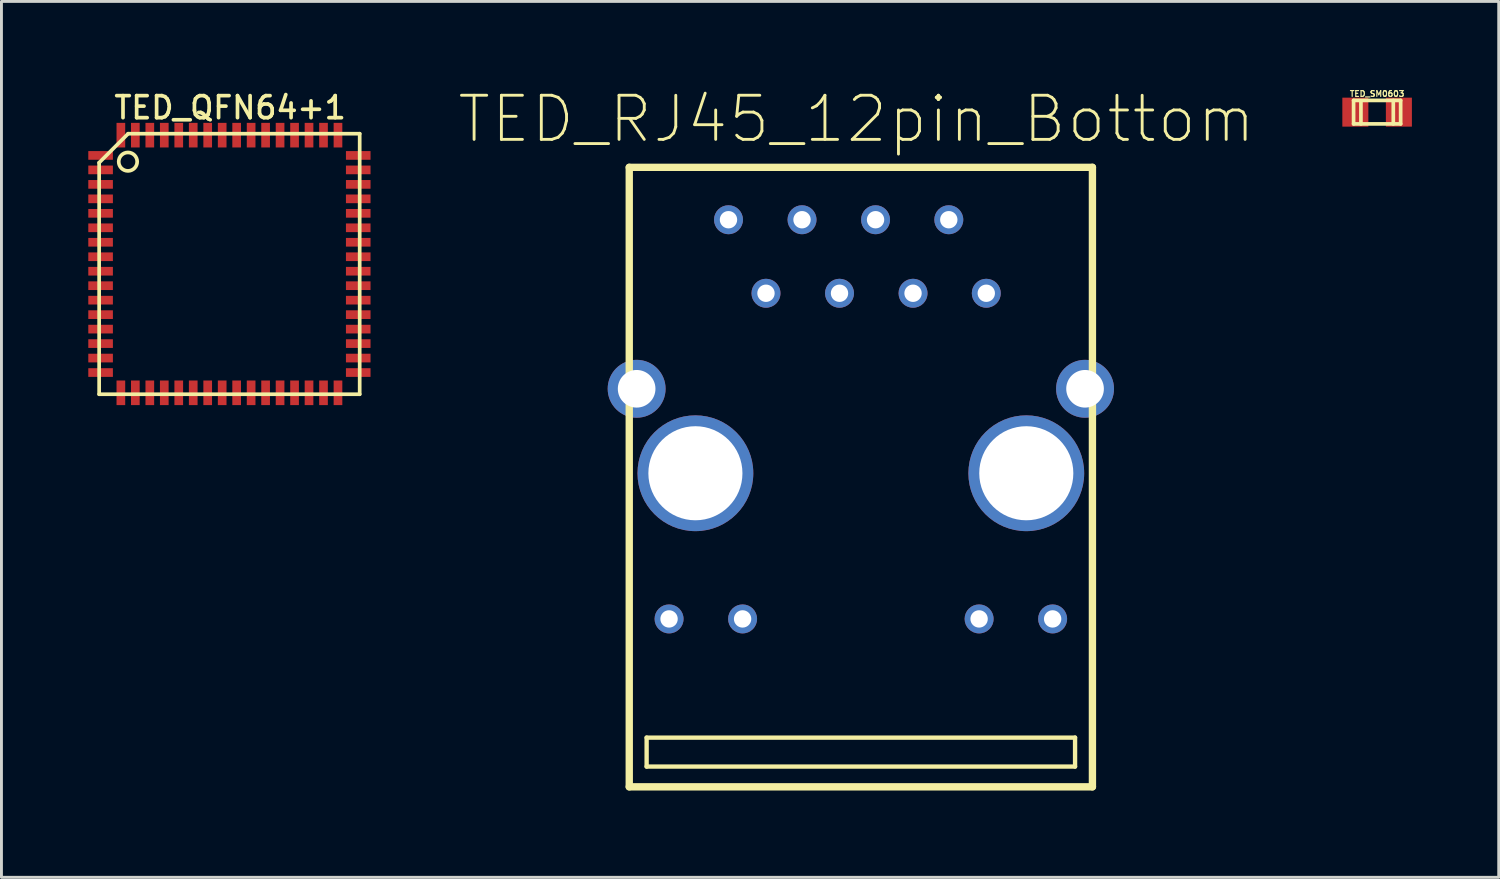
<source format=kicad_pcb>
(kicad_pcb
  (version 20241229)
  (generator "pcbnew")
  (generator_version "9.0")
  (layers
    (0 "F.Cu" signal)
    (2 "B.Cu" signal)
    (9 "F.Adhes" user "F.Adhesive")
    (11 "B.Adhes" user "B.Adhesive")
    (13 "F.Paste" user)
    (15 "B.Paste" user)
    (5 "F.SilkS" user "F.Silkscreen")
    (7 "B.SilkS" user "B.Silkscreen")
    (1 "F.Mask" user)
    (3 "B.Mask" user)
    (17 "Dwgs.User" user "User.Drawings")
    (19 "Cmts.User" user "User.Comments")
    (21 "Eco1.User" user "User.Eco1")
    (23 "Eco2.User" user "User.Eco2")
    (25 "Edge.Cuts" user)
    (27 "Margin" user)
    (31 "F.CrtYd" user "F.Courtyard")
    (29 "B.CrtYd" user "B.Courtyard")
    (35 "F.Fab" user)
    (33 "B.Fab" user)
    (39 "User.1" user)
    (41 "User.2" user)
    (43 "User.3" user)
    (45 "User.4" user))
  (footprint "TED_QFN64+1"
    (layer "F.Cu")
    (at 4.875 6.069)
    (property "Reference" "TED_QFN64+1" (at 0.025 -5.4 0) (layer "F.SilkS") (effects (font (size 0.762 0.762) (thickness 0.127))))
    (attr smd)
    (fp_line (start -4.5 -3.5) (end -3.5 -4.5) (stroke (width 0.127) (type solid)) (layer "F.SilkS"))
    (fp_line (start -4.5 4.5) (end -4.5 -3.5) (stroke (width 0.127) (type solid)) (layer "F.SilkS"))
    (fp_line (start -3.5 -4.5) (end 4.5 -4.5) (stroke (width 0.127) (type solid)) (layer "F.SilkS"))
    (fp_line (start 4.5 -4.5) (end 4.5 4.5) (stroke (width 0.127) (type solid)) (layer "F.SilkS"))
    (fp_line (start 4.5 4.5) (end -4.5 4.5) (stroke (width 0.127) (type solid)) (layer "F.SilkS"))
    (fp_circle (center -3.505 -3.534) (end -3.607 -3.836) (stroke (width 0.127) (type solid)) (fill no) (layer "F.SilkS"))
    (pad "1" smd rect (at -4.45 -3.75) (size 0.85 0.3) (layers "F.Cu" "F.Mask" "F.Paste"))
    (pad "2" smd rect (at -4.45 -3.25) (size 0.85 0.3) (layers "F.Cu" "F.Mask" "F.Paste"))
    (pad "3" smd rect (at -4.45 -2.75) (size 0.85 0.3) (layers "F.Cu" "F.Mask" "F.Paste"))
    (pad "4" smd rect (at -4.45 -2.25) (size 0.85 0.3) (layers "F.Cu" "F.Mask" "F.Paste"))
    (pad "5" smd rect (at -4.45 -1.75) (size 0.85 0.3) (layers "F.Cu" "F.Mask" "F.Paste"))
    (pad "6" smd rect (at -4.45 -1.25) (size 0.85 0.3) (layers "F.Cu" "F.Mask" "F.Paste"))
    (pad "7" smd rect (at -4.45 -0.75) (size 0.85 0.3) (layers "F.Cu" "F.Mask" "F.Paste"))
    (pad "8" smd rect (at -4.45 -0.25) (size 0.85 0.3) (layers "F.Cu" "F.Mask" "F.Paste"))
    (pad "9" smd rect (at -4.45 0.25) (size 0.85 0.3) (layers "F.Cu" "F.Mask" "F.Paste"))
    (pad "10" smd rect (at -4.45 0.75) (size 0.85 0.3) (layers "F.Cu" "F.Mask" "F.Paste"))
    (pad "11" smd rect (at -4.45 1.25) (size 0.85 0.3) (layers "F.Cu" "F.Mask" "F.Paste"))
    (pad "12" smd rect (at -4.45 1.75) (size 0.85 0.3) (layers "F.Cu" "F.Mask" "F.Paste"))
    (pad "13" smd rect (at -4.45 2.25) (size 0.85 0.3) (layers "F.Cu" "F.Mask" "F.Paste"))
    (pad "14" smd rect (at -4.45 2.75) (size 0.85 0.3) (layers "F.Cu" "F.Mask" "F.Paste"))
    (pad "15" smd rect (at -4.45 3.25) (size 0.85 0.3) (layers "F.Cu" "F.Mask" "F.Paste"))
    (pad "16" smd rect (at -4.45 3.75) (size 0.85 0.3) (layers "F.Cu" "F.Mask" "F.Paste"))
    (pad "17" smd rect (at -3.75 4.45) (size 0.3 0.85) (layers "F.Cu" "F.Mask" "F.Paste"))
    (pad "18" smd rect (at -3.25 4.45) (size 0.3 0.85) (layers "F.Cu" "F.Mask" "F.Paste"))
    (pad "19" smd rect (at -2.75 4.45) (size 0.3 0.85) (layers "F.Cu" "F.Mask" "F.Paste"))
    (pad "20" smd rect (at -2.25 4.45) (size 0.3 0.85) (layers "F.Cu" "F.Mask" "F.Paste"))
    (pad "21" smd rect (at -1.75 4.45) (size 0.3 0.85) (layers "F.Cu" "F.Mask" "F.Paste"))
    (pad "22" smd rect (at -1.25 4.45) (size 0.3 0.85) (layers "F.Cu" "F.Mask" "F.Paste"))
    (pad "23" smd rect (at -0.75 4.45) (size 0.3 0.85) (layers "F.Cu" "F.Mask" "F.Paste"))
    (pad "24" smd rect (at -0.25 4.45) (size 0.3 0.85) (layers "F.Cu" "F.Mask" "F.Paste"))
    (pad "25" smd rect (at 0.25 4.45) (size 0.3 0.85) (layers "F.Cu" "F.Mask" "F.Paste"))
    (pad "26" smd rect (at 0.75 4.45) (size 0.3 0.85) (layers "F.Cu" "F.Mask" "F.Paste"))
    (pad "27" smd rect (at 1.25 4.45) (size 0.3 0.85) (layers "F.Cu" "F.Mask" "F.Paste"))
    (pad "28" smd rect (at 1.75 4.45) (size 0.3 0.85) (layers "F.Cu" "F.Mask" "F.Paste"))
    (pad "29" smd rect (at 2.25 4.45) (size 0.3 0.85) (layers "F.Cu" "F.Mask" "F.Paste"))
    (pad "30" smd rect (at 2.75 4.45) (size 0.3 0.85) (layers "F.Cu" "F.Mask" "F.Paste"))
    (pad "31" smd rect (at 3.25 4.45) (size 0.3 0.85) (layers "F.Cu" "F.Mask" "F.Paste"))
    (pad "32" smd rect (at 3.75 4.45) (size 0.3 0.85) (layers "F.Cu" "F.Mask" "F.Paste"))
    (pad "33" smd rect (at 4.45 3.75) (size 0.85 0.3) (layers "F.Cu" "F.Mask" "F.Paste"))
    (pad "34" smd rect (at 4.45 3.25) (size 0.85 0.3) (layers "F.Cu" "F.Mask" "F.Paste"))
    (pad "35" smd rect (at 4.45 2.75) (size 0.85 0.3) (layers "F.Cu" "F.Mask" "F.Paste"))
    (pad "36" smd rect (at 4.45 2.25) (size 0.85 0.3) (layers "F.Cu" "F.Mask" "F.Paste"))
    (pad "37" smd rect (at 4.45 1.75) (size 0.85 0.3) (layers "F.Cu" "F.Mask" "F.Paste"))
    (pad "38" smd rect (at 4.45 1.25) (size 0.85 0.3) (layers "F.Cu" "F.Mask" "F.Paste"))
    (pad "39" smd rect (at 4.45 0.75) (size 0.85 0.3) (layers "F.Cu" "F.Mask" "F.Paste"))
    (pad "40" smd rect (at 4.45 0.25) (size 0.85 0.3) (layers "F.Cu" "F.Mask" "F.Paste"))
    (pad "41" smd rect (at 4.45 -0.25) (size 0.85 0.3) (layers "F.Cu" "F.Mask" "F.Paste"))
    (pad "42" smd rect (at 4.45 -0.75) (size 0.85 0.3) (layers "F.Cu" "F.Mask" "F.Paste"))
    (pad "43" smd rect (at 4.45 -1.25) (size 0.85 0.3) (layers "F.Cu" "F.Mask" "F.Paste"))
    (pad "44" smd rect (at 4.45 -1.75) (size 0.85 0.3) (layers "F.Cu" "F.Mask" "F.Paste"))
    (pad "45" smd rect (at 4.45 -2.25) (size 0.85 0.3) (layers "F.Cu" "F.Mask" "F.Paste"))
    (pad "46" smd rect (at 4.45 -2.75) (size 0.85 0.3) (layers "F.Cu" "F.Mask" "F.Paste"))
    (pad "47" smd rect (at 4.45 -3.25) (size 0.85 0.3) (layers "F.Cu" "F.Mask" "F.Paste"))
    (pad "48" smd rect (at 4.45 -3.75) (size 0.85 0.3) (layers "F.Cu" "F.Mask" "F.Paste"))
    (pad "49" smd rect (at 3.75 -4.45) (size 0.3 0.85) (layers "F.Cu" "F.Mask" "F.Paste"))
    (pad "50" smd rect (at 3.25 -4.45) (size 0.3 0.85) (layers "F.Cu" "F.Mask" "F.Paste"))
    (pad "51" smd rect (at 2.75 -4.45) (size 0.3 0.85) (layers "F.Cu" "F.Mask" "F.Paste"))
    (pad "52" smd rect (at 2.25 -4.45) (size 0.3 0.85) (layers "F.Cu" "F.Mask" "F.Paste"))
    (pad "53" smd rect (at 1.75 -4.45) (size 0.3 0.85) (layers "F.Cu" "F.Mask" "F.Paste"))
    (pad "54" smd rect (at 1.25 -4.45) (size 0.3 0.85) (layers "F.Cu" "F.Mask" "F.Paste"))
    (pad "55" smd rect (at 0.75 -4.45) (size 0.3 0.85) (layers "F.Cu" "F.Mask" "F.Paste"))
    (pad "56" smd rect (at 0.25 -4.45) (size 0.3 0.85) (layers "F.Cu" "F.Mask" "F.Paste"))
    (pad "57" smd rect (at -0.25 -4.45) (size 0.3 0.85) (layers "F.Cu" "F.Mask" "F.Paste"))
    (pad "58" smd rect (at -0.75 -4.45) (size 0.3 0.85) (layers "F.Cu" "F.Mask" "F.Paste"))
    (pad "59" smd rect (at -1.25 -4.45) (size 0.3 0.85) (layers "F.Cu" "F.Mask" "F.Paste"))
    (pad "60" smd rect (at -1.75 -4.45) (size 0.3 0.85) (layers "F.Cu" "F.Mask" "F.Paste"))
    (pad "61" smd rect (at -2.25 -4.45) (size 0.3 0.85) (layers "F.Cu" "F.Mask" "F.Paste"))
    (pad "62" smd rect (at -2.75 -4.45) (size 0.3 0.85) (layers "F.Cu" "F.Mask" "F.Paste"))
    (pad "63" smd rect (at -3.25 -4.45) (size 0.3 0.85) (layers "F.Cu" "F.Mask" "F.Paste"))
    (pad "64" smd rect (at -3.75 -4.45) (size 0.3 0.85) (layers "F.Cu" "F.Mask" "F.Paste")))
  (footprint "TED_SM0603"
    (layer "F.Cu")
    (at 44.521 0.824)
    (property "Reference" "TED_SM0603" (at 0 -0.635 0) (layer "F.SilkS") (effects (font (size 0.201 0.201) (thickness 0.041))))
    (attr through_hole)
    (fp_line (start -0.813 -0.406) (end 0.813 -0.406) (stroke (width 0.127) (type solid)) (layer "F.SilkS"))
    (fp_line (start -0.813 0.406) (end -0.813 -0.406) (stroke (width 0.127) (type solid)) (layer "F.SilkS"))
    (fp_line (start -0.559 -0.381) (end -0.559 0.406) (stroke (width 0.127) (type solid)) (layer "F.SilkS"))
    (fp_line (start 0.559 0.406) (end 0.559 -0.406) (stroke (width 0.127) (type solid)) (layer "F.SilkS"))
    (fp_line (start 0.813 -0.406) (end 0.813 0.406) (stroke (width 0.127) (type solid)) (layer "F.SilkS"))
    (fp_line (start 0.813 0.406) (end -0.813 0.406) (stroke (width 0.127) (type solid)) (layer "F.SilkS"))
    (pad "1" smd rect (at -0.752 0) (size 0.899 1.001) (layers "F.Cu" "F.Mask" "F.Paste"))
    (pad "2" smd rect (at 0.752 0) (size 0.899 1.001) (layers "F.Cu" "F.Mask" "F.Paste")))
  (footprint "TED_RJ45_12pin_Bottom"
    (layer "F.Cu")
    (at 26.687 13.43)
    (property "Reference" "TED_RJ45_12pin_Bottom" (at -0.152 -12.365 0) (layer "F.SilkS") (effects (font (size 1.524 1.524) (thickness 0.099))))
    (attr through_hole)
    (fp_line (start -8 -10.7) (end 8 -10.7) (stroke (width 0.254) (type solid)) (layer "F.SilkS"))
    (fp_line (start -8 10.7) (end -8 -10.7) (stroke (width 0.254) (type solid)) (layer "F.SilkS"))
    (fp_line (start -7.4 9) (end -7.4 10) (stroke (width 0.15) (type solid)) (layer "F.SilkS"))
    (fp_line (start -7.4 10) (end 7.4 10) (stroke (width 0.15) (type solid)) (layer "F.SilkS"))
    (fp_line (start 7.4 9) (end -7.4 9) (stroke (width 0.15) (type solid)) (layer "F.SilkS"))
    (fp_line (start 7.4 10) (end 7.4 9) (stroke (width 0.15) (type solid)) (layer "F.SilkS"))
    (fp_line (start 8 -10.7) (end 8 10.7) (stroke (width 0.254) (type solid)) (layer "F.SilkS"))
    (fp_line (start 8 10.7) (end -8 10.7) (stroke (width 0.254) (type solid)) (layer "F.SilkS"))
    (pad "" thru_hole circle (at -7.745 -3.05) (size 2 2) (drill 1.3) (layers "F.Cu"))
    (pad "" thru_hole circle (at -5.715 -0.132) (size 4 4) (drill 3.25) (layers "F.Cu"))
    (pad "" thru_hole circle (at 5.715 -0.132) (size 4 4) (drill 3.25) (layers "F.Cu"))
    (pad "" thru_hole circle (at 7.745 -3.05) (size 2 2) (drill 1.3) (layers "F.Cu"))
    (pad "1" thru_hole circle (at 4.333 -6.35) (size 1 1) (drill 0.6) (layers "F.Cu"))
    (pad "2" thru_hole circle (at 3.038 -8.89) (size 1 1) (drill 0.6) (layers "F.Cu"))
    (pad "3" thru_hole circle (at 1.803 -6.35) (size 1 1) (drill 0.6) (layers "F.Cu"))
    (pad "4" thru_hole circle (at 0.508 -8.89) (size 1 1) (drill 0.6) (layers "F.Cu"))
    (pad "5" thru_hole circle (at -0.737 -6.35) (size 1 1) (drill 0.6) (layers "F.Cu"))
    (pad "6" thru_hole circle (at -2.032 -8.89) (size 1 1) (drill 0.6) (layers "F.Cu"))
    (pad "7" thru_hole circle (at -3.277 -6.35) (size 1 1) (drill 0.6) (layers "F.Cu"))
    (pad "8" thru_hole circle (at -4.572 -8.89) (size 1 1) (drill 0.6) (layers "F.Cu"))
    (pad "9" thru_hole circle (at 6.625 4.9) (size 1 1) (drill 0.6) (layers "F.Cu"))
    (pad "10" thru_hole circle (at 4.085 4.9) (size 1 1) (drill 0.6) (layers "F.Cu"))
    (pad "11" thru_hole circle (at -4.085 4.9) (size 1 1) (drill 0.6) (layers "F.Cu"))
    (pad "12" thru_hole circle (at -6.625 4.9) (size 1 1) (drill 0.6) (layers "F.Cu")))
  (gr_rect
    (start -3 -3)
    (end 48.722 27.257)
    (stroke (width 0.1) (type default))
    (fill no)
    (layer "Edge.Cuts")))
</source>
